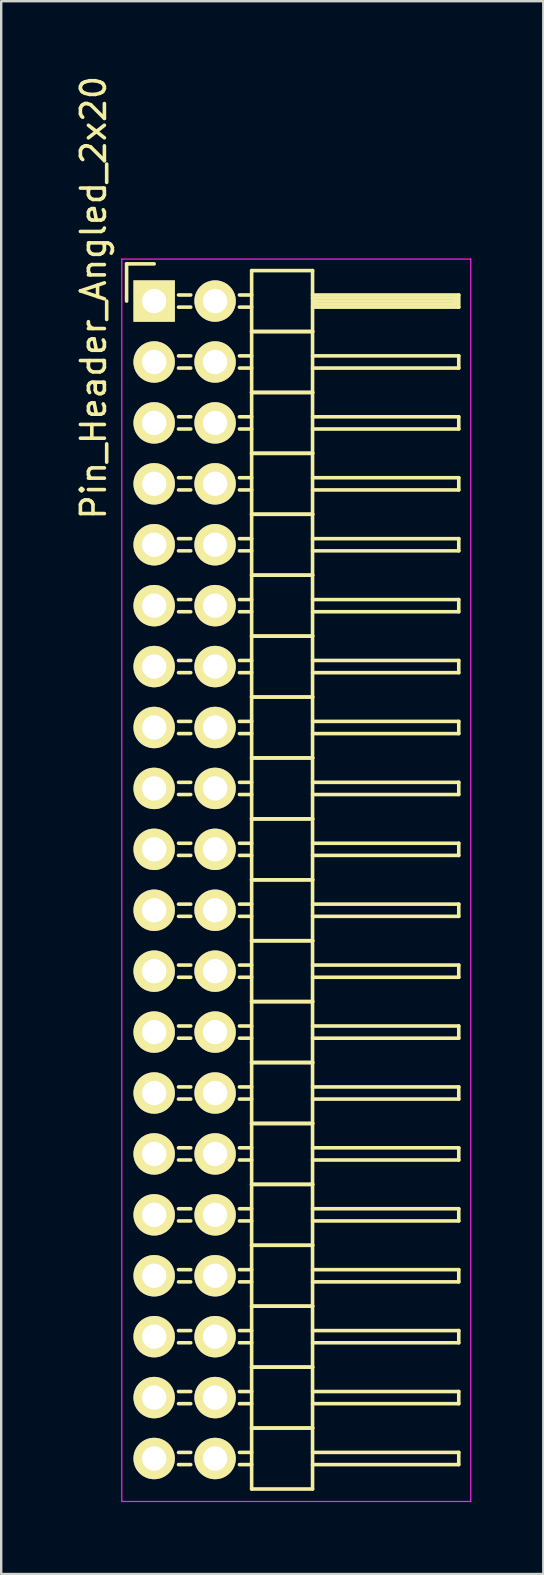
<source format=kicad_pcb>
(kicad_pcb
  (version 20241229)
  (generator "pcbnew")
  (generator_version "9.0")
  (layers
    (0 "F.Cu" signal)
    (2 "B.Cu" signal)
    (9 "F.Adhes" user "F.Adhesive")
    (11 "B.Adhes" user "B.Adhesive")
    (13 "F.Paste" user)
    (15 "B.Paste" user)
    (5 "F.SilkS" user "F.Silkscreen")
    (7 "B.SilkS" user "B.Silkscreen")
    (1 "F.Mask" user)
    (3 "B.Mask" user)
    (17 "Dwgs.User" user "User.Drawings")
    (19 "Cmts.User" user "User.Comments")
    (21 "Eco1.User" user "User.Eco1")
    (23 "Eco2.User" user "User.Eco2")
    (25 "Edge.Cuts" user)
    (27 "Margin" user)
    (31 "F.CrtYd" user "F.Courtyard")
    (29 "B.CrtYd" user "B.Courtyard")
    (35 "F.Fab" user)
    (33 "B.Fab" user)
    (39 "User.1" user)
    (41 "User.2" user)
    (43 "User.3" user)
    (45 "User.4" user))
  (footprint "Pin_Header_Angled_2x20"
    (layer "F.Cu")
    (at 3.378 9.503)
    (property "Reference" "Pin_Header_Angled_2x20" (at -2.53 -0.14 90) (layer "F.SilkS") (effects (font (size 1 1) (thickness 0.15))))
    (attr through_hole)
    (fp_line (start -1.15 -1.55) (end -1.15 0) (stroke (width 0.15) (type solid)) (layer "F.SilkS"))
    (fp_line (start 0 -1.55) (end -1.15 -1.55) (stroke (width 0.15) (type solid)) (layer "F.SilkS"))
    (fp_line (start 1.524 -0.254) (end 1.016 -0.254) (stroke (width 0.15) (type solid)) (layer "F.SilkS"))
    (fp_line (start 1.524 0.254) (end 1.016 0.254) (stroke (width 0.15) (type solid)) (layer "F.SilkS"))
    (fp_line (start 1.524 2.286) (end 1.016 2.286) (stroke (width 0.15) (type solid)) (layer "F.SilkS"))
    (fp_line (start 1.524 2.794) (end 1.016 2.794) (stroke (width 0.15) (type solid)) (layer "F.SilkS"))
    (fp_line (start 1.524 4.826) (end 1.016 4.826) (stroke (width 0.15) (type solid)) (layer "F.SilkS"))
    (fp_line (start 1.524 5.334) (end 1.016 5.334) (stroke (width 0.15) (type solid)) (layer "F.SilkS"))
    (fp_line (start 1.524 7.366) (end 1.016 7.366) (stroke (width 0.15) (type solid)) (layer "F.SilkS"))
    (fp_line (start 1.524 7.874) (end 1.016 7.874) (stroke (width 0.15) (type solid)) (layer "F.SilkS"))
    (fp_line (start 1.524 9.906) (end 1.016 9.906) (stroke (width 0.15) (type solid)) (layer "F.SilkS"))
    (fp_line (start 1.524 10.414) (end 1.016 10.414) (stroke (width 0.15) (type solid)) (layer "F.SilkS"))
    (fp_line (start 1.524 12.446) (end 1.016 12.446) (stroke (width 0.15) (type solid)) (layer "F.SilkS"))
    (fp_line (start 1.524 12.954) (end 1.016 12.954) (stroke (width 0.15) (type solid)) (layer "F.SilkS"))
    (fp_line (start 1.524 14.986) (end 1.016 14.986) (stroke (width 0.15) (type solid)) (layer "F.SilkS"))
    (fp_line (start 1.524 15.494) (end 1.016 15.494) (stroke (width 0.15) (type solid)) (layer "F.SilkS"))
    (fp_line (start 1.524 17.526) (end 1.016 17.526) (stroke (width 0.15) (type solid)) (layer "F.SilkS"))
    (fp_line (start 1.524 18.034) (end 1.016 18.034) (stroke (width 0.15) (type solid)) (layer "F.SilkS"))
    (fp_line (start 1.524 20.066) (end 1.016 20.066) (stroke (width 0.15) (type solid)) (layer "F.SilkS"))
    (fp_line (start 1.524 20.574) (end 1.016 20.574) (stroke (width 0.15) (type solid)) (layer "F.SilkS"))
    (fp_line (start 1.524 22.606) (end 1.016 22.606) (stroke (width 0.15) (type solid)) (layer "F.SilkS"))
    (fp_line (start 1.524 23.114) (end 1.016 23.114) (stroke (width 0.15) (type solid)) (layer "F.SilkS"))
    (fp_line (start 1.524 25.146) (end 1.016 25.146) (stroke (width 0.15) (type solid)) (layer "F.SilkS"))
    (fp_line (start 1.524 25.654) (end 1.016 25.654) (stroke (width 0.15) (type solid)) (layer "F.SilkS"))
    (fp_line (start 1.524 27.686) (end 1.016 27.686) (stroke (width 0.15) (type solid)) (layer "F.SilkS"))
    (fp_line (start 1.524 28.194) (end 1.016 28.194) (stroke (width 0.15) (type solid)) (layer "F.SilkS"))
    (fp_line (start 1.524 30.226) (end 1.016 30.226) (stroke (width 0.15) (type solid)) (layer "F.SilkS"))
    (fp_line (start 1.524 30.734) (end 1.016 30.734) (stroke (width 0.15) (type solid)) (layer "F.SilkS"))
    (fp_line (start 1.524 32.766) (end 1.016 32.766) (stroke (width 0.15) (type solid)) (layer "F.SilkS"))
    (fp_line (start 1.524 33.274) (end 1.016 33.274) (stroke (width 0.15) (type solid)) (layer "F.SilkS"))
    (fp_line (start 1.524 35.306) (end 1.016 35.306) (stroke (width 0.15) (type solid)) (layer "F.SilkS"))
    (fp_line (start 1.524 35.814) (end 1.016 35.814) (stroke (width 0.15) (type solid)) (layer "F.SilkS"))
    (fp_line (start 1.524 37.846) (end 1.016 37.846) (stroke (width 0.15) (type solid)) (layer "F.SilkS"))
    (fp_line (start 1.524 38.354) (end 1.016 38.354) (stroke (width 0.15) (type solid)) (layer "F.SilkS"))
    (fp_line (start 1.524 40.386) (end 1.016 40.386) (stroke (width 0.15) (type solid)) (layer "F.SilkS"))
    (fp_line (start 1.524 40.894) (end 1.016 40.894) (stroke (width 0.15) (type solid)) (layer "F.SilkS"))
    (fp_line (start 1.524 42.926) (end 1.016 42.926) (stroke (width 0.15) (type solid)) (layer "F.SilkS"))
    (fp_line (start 1.524 43.434) (end 1.016 43.434) (stroke (width 0.15) (type solid)) (layer "F.SilkS"))
    (fp_line (start 1.524 45.466) (end 1.016 45.466) (stroke (width 0.15) (type solid)) (layer "F.SilkS"))
    (fp_line (start 1.524 45.974) (end 1.016 45.974) (stroke (width 0.15) (type solid)) (layer "F.SilkS"))
    (fp_line (start 1.524 48.006) (end 1.016 48.006) (stroke (width 0.15) (type solid)) (layer "F.SilkS"))
    (fp_line (start 1.524 48.514) (end 1.016 48.514) (stroke (width 0.15) (type solid)) (layer "F.SilkS"))
    (fp_line (start 4.064 -1.27) (end 4.064 1.27) (stroke (width 0.15) (type solid)) (layer "F.SilkS"))
    (fp_line (start 4.064 -1.27) (end 6.604 -1.27) (stroke (width 0.15) (type solid)) (layer "F.SilkS"))
    (fp_line (start 4.064 -0.254) (end 3.556 -0.254) (stroke (width 0.15) (type solid)) (layer "F.SilkS"))
    (fp_line (start 4.064 0.254) (end 3.556 0.254) (stroke (width 0.15) (type solid)) (layer "F.SilkS"))
    (fp_line (start 4.064 1.27) (end 4.064 3.81) (stroke (width 0.15) (type solid)) (layer "F.SilkS"))
    (fp_line (start 4.064 1.27) (end 6.604 1.27) (stroke (width 0.15) (type solid)) (layer "F.SilkS"))
    (fp_line (start 4.064 1.27) (end 6.604 1.27) (stroke (width 0.15) (type solid)) (layer "F.SilkS"))
    (fp_line (start 4.064 2.286) (end 3.556 2.286) (stroke (width 0.15) (type solid)) (layer "F.SilkS"))
    (fp_line (start 4.064 2.794) (end 3.556 2.794) (stroke (width 0.15) (type solid)) (layer "F.SilkS"))
    (fp_line (start 4.064 3.81) (end 4.064 6.35) (stroke (width 0.15) (type solid)) (layer "F.SilkS"))
    (fp_line (start 4.064 3.81) (end 6.604 3.81) (stroke (width 0.15) (type solid)) (layer "F.SilkS"))
    (fp_line (start 4.064 3.81) (end 6.604 3.81) (stroke (width 0.15) (type solid)) (layer "F.SilkS"))
    (fp_line (start 4.064 4.826) (end 3.556 4.826) (stroke (width 0.15) (type solid)) (layer "F.SilkS"))
    (fp_line (start 4.064 5.334) (end 3.556 5.334) (stroke (width 0.15) (type solid)) (layer "F.SilkS"))
    (fp_line (start 4.064 6.35) (end 4.064 8.89) (stroke (width 0.15) (type solid)) (layer "F.SilkS"))
    (fp_line (start 4.064 6.35) (end 6.604 6.35) (stroke (width 0.15) (type solid)) (layer "F.SilkS"))
    (fp_line (start 4.064 6.35) (end 6.604 6.35) (stroke (width 0.15) (type solid)) (layer "F.SilkS"))
    (fp_line (start 4.064 7.366) (end 3.556 7.366) (stroke (width 0.15) (type solid)) (layer "F.SilkS"))
    (fp_line (start 4.064 7.874) (end 3.556 7.874) (stroke (width 0.15) (type solid)) (layer "F.SilkS"))
    (fp_line (start 4.064 8.89) (end 4.064 11.43) (stroke (width 0.15) (type solid)) (layer "F.SilkS"))
    (fp_line (start 4.064 8.89) (end 6.604 8.89) (stroke (width 0.15) (type solid)) (layer "F.SilkS"))
    (fp_line (start 4.064 8.89) (end 6.604 8.89) (stroke (width 0.15) (type solid)) (layer "F.SilkS"))
    (fp_line (start 4.064 9.906) (end 3.556 9.906) (stroke (width 0.15) (type solid)) (layer "F.SilkS"))
    (fp_line (start 4.064 10.414) (end 3.556 10.414) (stroke (width 0.15) (type solid)) (layer "F.SilkS"))
    (fp_line (start 4.064 11.43) (end 4.064 13.97) (stroke (width 0.15) (type solid)) (layer "F.SilkS"))
    (fp_line (start 4.064 11.43) (end 6.604 11.43) (stroke (width 0.15) (type solid)) (layer "F.SilkS"))
    (fp_line (start 4.064 11.43) (end 6.604 11.43) (stroke (width 0.15) (type solid)) (layer "F.SilkS"))
    (fp_line (start 4.064 12.446) (end 3.556 12.446) (stroke (width 0.15) (type solid)) (layer "F.SilkS"))
    (fp_line (start 4.064 12.954) (end 3.556 12.954) (stroke (width 0.15) (type solid)) (layer "F.SilkS"))
    (fp_line (start 4.064 13.97) (end 4.064 16.51) (stroke (width 0.15) (type solid)) (layer "F.SilkS"))
    (fp_line (start 4.064 13.97) (end 6.604 13.97) (stroke (width 0.15) (type solid)) (layer "F.SilkS"))
    (fp_line (start 4.064 13.97) (end 6.604 13.97) (stroke (width 0.15) (type solid)) (layer "F.SilkS"))
    (fp_line (start 4.064 14.986) (end 3.556 14.986) (stroke (width 0.15) (type solid)) (layer "F.SilkS"))
    (fp_line (start 4.064 15.494) (end 3.556 15.494) (stroke (width 0.15) (type solid)) (layer "F.SilkS"))
    (fp_line (start 4.064 16.51) (end 4.064 19.05) (stroke (width 0.15) (type solid)) (layer "F.SilkS"))
    (fp_line (start 4.064 16.51) (end 6.604 16.51) (stroke (width 0.15) (type solid)) (layer "F.SilkS"))
    (fp_line (start 4.064 16.51) (end 6.604 16.51) (stroke (width 0.15) (type solid)) (layer "F.SilkS"))
    (fp_line (start 4.064 17.526) (end 3.556 17.526) (stroke (width 0.15) (type solid)) (layer "F.SilkS"))
    (fp_line (start 4.064 18.034) (end 3.556 18.034) (stroke (width 0.15) (type solid)) (layer "F.SilkS"))
    (fp_line (start 4.064 19.05) (end 4.064 21.59) (stroke (width 0.15) (type solid)) (layer "F.SilkS"))
    (fp_line (start 4.064 19.05) (end 6.604 19.05) (stroke (width 0.15) (type solid)) (layer "F.SilkS"))
    (fp_line (start 4.064 19.05) (end 6.604 19.05) (stroke (width 0.15) (type solid)) (layer "F.SilkS"))
    (fp_line (start 4.064 20.066) (end 3.556 20.066) (stroke (width 0.15) (type solid)) (layer "F.SilkS"))
    (fp_line (start 4.064 20.574) (end 3.556 20.574) (stroke (width 0.15) (type solid)) (layer "F.SilkS"))
    (fp_line (start 4.064 21.59) (end 4.064 24.13) (stroke (width 0.15) (type solid)) (layer "F.SilkS"))
    (fp_line (start 4.064 21.59) (end 6.604 21.59) (stroke (width 0.15) (type solid)) (layer "F.SilkS"))
    (fp_line (start 4.064 21.59) (end 6.604 21.59) (stroke (width 0.15) (type solid)) (layer "F.SilkS"))
    (fp_line (start 4.064 22.606) (end 3.556 22.606) (stroke (width 0.15) (type solid)) (layer "F.SilkS"))
    (fp_line (start 4.064 23.114) (end 3.556 23.114) (stroke (width 0.15) (type solid)) (layer "F.SilkS"))
    (fp_line (start 4.064 24.13) (end 4.064 26.67) (stroke (width 0.15) (type solid)) (layer "F.SilkS"))
    (fp_line (start 4.064 24.13) (end 6.604 24.13) (stroke (width 0.15) (type solid)) (layer "F.SilkS"))
    (fp_line (start 4.064 24.13) (end 6.604 24.13) (stroke (width 0.15) (type solid)) (layer "F.SilkS"))
    (fp_line (start 4.064 25.146) (end 3.556 25.146) (stroke (width 0.15) (type solid)) (layer "F.SilkS"))
    (fp_line (start 4.064 25.654) (end 3.556 25.654) (stroke (width 0.15) (type solid)) (layer "F.SilkS"))
    (fp_line (start 4.064 26.67) (end 4.064 29.21) (stroke (width 0.15) (type solid)) (layer "F.SilkS"))
    (fp_line (start 4.064 26.67) (end 6.604 26.67) (stroke (width 0.15) (type solid)) (layer "F.SilkS"))
    (fp_line (start 4.064 26.67) (end 6.604 26.67) (stroke (width 0.15) (type solid)) (layer "F.SilkS"))
    (fp_line (start 4.064 27.686) (end 3.556 27.686) (stroke (width 0.15) (type solid)) (layer "F.SilkS"))
    (fp_line (start 4.064 28.194) (end 3.556 28.194) (stroke (width 0.15) (type solid)) (layer "F.SilkS"))
    (fp_line (start 4.064 29.21) (end 4.064 31.75) (stroke (width 0.15) (type solid)) (layer "F.SilkS"))
    (fp_line (start 4.064 29.21) (end 6.604 29.21) (stroke (width 0.15) (type solid)) (layer "F.SilkS"))
    (fp_line (start 4.064 29.21) (end 6.604 29.21) (stroke (width 0.15) (type solid)) (layer "F.SilkS"))
    (fp_line (start 4.064 30.226) (end 3.556 30.226) (stroke (width 0.15) (type solid)) (layer "F.SilkS"))
    (fp_line (start 4.064 30.734) (end 3.556 30.734) (stroke (width 0.15) (type solid)) (layer "F.SilkS"))
    (fp_line (start 4.064 31.75) (end 4.064 34.29) (stroke (width 0.15) (type solid)) (layer "F.SilkS"))
    (fp_line (start 4.064 31.75) (end 6.604 31.75) (stroke (width 0.15) (type solid)) (layer "F.SilkS"))
    (fp_line (start 4.064 31.75) (end 6.604 31.75) (stroke (width 0.15) (type solid)) (layer "F.SilkS"))
    (fp_line (start 4.064 32.766) (end 3.556 32.766) (stroke (width 0.15) (type solid)) (layer "F.SilkS"))
    (fp_line (start 4.064 33.274) (end 3.556 33.274) (stroke (width 0.15) (type solid)) (layer "F.SilkS"))
    (fp_line (start 4.064 34.29) (end 4.064 36.83) (stroke (width 0.15) (type solid)) (layer "F.SilkS"))
    (fp_line (start 4.064 34.29) (end 6.604 34.29) (stroke (width 0.15) (type solid)) (layer "F.SilkS"))
    (fp_line (start 4.064 34.29) (end 6.604 34.29) (stroke (width 0.15) (type solid)) (layer "F.SilkS"))
    (fp_line (start 4.064 35.306) (end 3.556 35.306) (stroke (width 0.15) (type solid)) (layer "F.SilkS"))
    (fp_line (start 4.064 35.814) (end 3.556 35.814) (stroke (width 0.15) (type solid)) (layer "F.SilkS"))
    (fp_line (start 4.064 36.83) (end 4.064 39.37) (stroke (width 0.15) (type solid)) (layer "F.SilkS"))
    (fp_line (start 4.064 36.83) (end 6.604 36.83) (stroke (width 0.15) (type solid)) (layer "F.SilkS"))
    (fp_line (start 4.064 36.83) (end 6.604 36.83) (stroke (width 0.15) (type solid)) (layer "F.SilkS"))
    (fp_line (start 4.064 37.846) (end 3.556 37.846) (stroke (width 0.15) (type solid)) (layer "F.SilkS"))
    (fp_line (start 4.064 38.354) (end 3.556 38.354) (stroke (width 0.15) (type solid)) (layer "F.SilkS"))
    (fp_line (start 4.064 39.37) (end 4.064 41.91) (stroke (width 0.15) (type solid)) (layer "F.SilkS"))
    (fp_line (start 4.064 39.37) (end 6.604 39.37) (stroke (width 0.15) (type solid)) (layer "F.SilkS"))
    (fp_line (start 4.064 39.37) (end 6.604 39.37) (stroke (width 0.15) (type solid)) (layer "F.SilkS"))
    (fp_line (start 4.064 40.386) (end 3.556 40.386) (stroke (width 0.15) (type solid)) (layer "F.SilkS"))
    (fp_line (start 4.064 40.894) (end 3.556 40.894) (stroke (width 0.15) (type solid)) (layer "F.SilkS"))
    (fp_line (start 4.064 41.91) (end 4.064 44.45) (stroke (width 0.15) (type solid)) (layer "F.SilkS"))
    (fp_line (start 4.064 41.91) (end 6.604 41.91) (stroke (width 0.15) (type solid)) (layer "F.SilkS"))
    (fp_line (start 4.064 41.91) (end 6.604 41.91) (stroke (width 0.15) (type solid)) (layer "F.SilkS"))
    (fp_line (start 4.064 42.926) (end 3.556 42.926) (stroke (width 0.15) (type solid)) (layer "F.SilkS"))
    (fp_line (start 4.064 43.434) (end 3.556 43.434) (stroke (width 0.15) (type solid)) (layer "F.SilkS"))
    (fp_line (start 4.064 44.45) (end 4.064 46.99) (stroke (width 0.15) (type solid)) (layer "F.SilkS"))
    (fp_line (start 4.064 44.45) (end 6.604 44.45) (stroke (width 0.15) (type solid)) (layer "F.SilkS"))
    (fp_line (start 4.064 44.45) (end 6.604 44.45) (stroke (width 0.15) (type solid)) (layer "F.SilkS"))
    (fp_line (start 4.064 45.466) (end 3.556 45.466) (stroke (width 0.15) (type solid)) (layer "F.SilkS"))
    (fp_line (start 4.064 45.974) (end 3.556 45.974) (stroke (width 0.15) (type solid)) (layer "F.SilkS"))
    (fp_line (start 4.064 46.99) (end 4.064 49.53) (stroke (width 0.15) (type solid)) (layer "F.SilkS"))
    (fp_line (start 4.064 46.99) (end 6.604 46.99) (stroke (width 0.15) (type solid)) (layer "F.SilkS"))
    (fp_line (start 4.064 46.99) (end 6.604 46.99) (stroke (width 0.15) (type solid)) (layer "F.SilkS"))
    (fp_line (start 4.064 48.006) (end 3.556 48.006) (stroke (width 0.15) (type solid)) (layer "F.SilkS"))
    (fp_line (start 4.064 48.514) (end 3.556 48.514) (stroke (width 0.15) (type solid)) (layer "F.SilkS"))
    (fp_line (start 4.064 49.53) (end 6.604 49.53) (stroke (width 0.15) (type solid)) (layer "F.SilkS"))
    (fp_line (start 6.604 -0.254) (end 12.7 -0.254) (stroke (width 0.15) (type solid)) (layer "F.SilkS"))
    (fp_line (start 6.604 -0.127) (end 12.573 -0.127) (stroke (width 0.15) (type solid)) (layer "F.SilkS"))
    (fp_line (start 6.604 1.27) (end 6.604 -1.27) (stroke (width 0.15) (type solid)) (layer "F.SilkS"))
    (fp_line (start 6.604 2.286) (end 12.7 2.286) (stroke (width 0.15) (type solid)) (layer "F.SilkS"))
    (fp_line (start 6.604 3.81) (end 6.604 1.27) (stroke (width 0.15) (type solid)) (layer "F.SilkS"))
    (fp_line (start 6.604 4.826) (end 12.7 4.826) (stroke (width 0.15) (type solid)) (layer "F.SilkS"))
    (fp_line (start 6.604 6.35) (end 6.604 3.81) (stroke (width 0.15) (type solid)) (layer "F.SilkS"))
    (fp_line (start 6.604 7.366) (end 12.7 7.366) (stroke (width 0.15) (type solid)) (layer "F.SilkS"))
    (fp_line (start 6.604 8.89) (end 6.604 6.35) (stroke (width 0.15) (type solid)) (layer "F.SilkS"))
    (fp_line (start 6.604 9.906) (end 12.7 9.906) (stroke (width 0.15) (type solid)) (layer "F.SilkS"))
    (fp_line (start 6.604 11.43) (end 6.604 8.89) (stroke (width 0.15) (type solid)) (layer "F.SilkS"))
    (fp_line (start 6.604 12.446) (end 12.7 12.446) (stroke (width 0.15) (type solid)) (layer "F.SilkS"))
    (fp_line (start 6.604 13.97) (end 6.604 11.43) (stroke (width 0.15) (type solid)) (layer "F.SilkS"))
    (fp_line (start 6.604 14.986) (end 12.7 14.986) (stroke (width 0.15) (type solid)) (layer "F.SilkS"))
    (fp_line (start 6.604 16.51) (end 6.604 13.97) (stroke (width 0.15) (type solid)) (layer "F.SilkS"))
    (fp_line (start 6.604 17.526) (end 12.7 17.526) (stroke (width 0.15) (type solid)) (layer "F.SilkS"))
    (fp_line (start 6.604 19.05) (end 6.604 16.51) (stroke (width 0.15) (type solid)) (layer "F.SilkS"))
    (fp_line (start 6.604 20.066) (end 12.7 20.066) (stroke (width 0.15) (type solid)) (layer "F.SilkS"))
    (fp_line (start 6.604 21.59) (end 6.604 19.05) (stroke (width 0.15) (type solid)) (layer "F.SilkS"))
    (fp_line (start 6.604 22.606) (end 12.7 22.606) (stroke (width 0.15) (type solid)) (layer "F.SilkS"))
    (fp_line (start 6.604 24.13) (end 6.604 21.59) (stroke (width 0.15) (type solid)) (layer "F.SilkS"))
    (fp_line (start 6.604 25.146) (end 12.7 25.146) (stroke (width 0.15) (type solid)) (layer "F.SilkS"))
    (fp_line (start 6.604 26.67) (end 6.604 24.13) (stroke (width 0.15) (type solid)) (layer "F.SilkS"))
    (fp_line (start 6.604 27.686) (end 12.7 27.686) (stroke (width 0.15) (type solid)) (layer "F.SilkS"))
    (fp_line (start 6.604 29.21) (end 6.604 26.67) (stroke (width 0.15) (type solid)) (layer "F.SilkS"))
    (fp_line (start 6.604 30.226) (end 12.7 30.226) (stroke (width 0.15) (type solid)) (layer "F.SilkS"))
    (fp_line (start 6.604 31.75) (end 6.604 29.21) (stroke (width 0.15) (type solid)) (layer "F.SilkS"))
    (fp_line (start 6.604 32.766) (end 12.7 32.766) (stroke (width 0.15) (type solid)) (layer "F.SilkS"))
    (fp_line (start 6.604 34.29) (end 6.604 31.75) (stroke (width 0.15) (type solid)) (layer "F.SilkS"))
    (fp_line (start 6.604 35.306) (end 12.7 35.306) (stroke (width 0.15) (type solid)) (layer "F.SilkS"))
    (fp_line (start 6.604 36.83) (end 6.604 34.29) (stroke (width 0.15) (type solid)) (layer "F.SilkS"))
    (fp_line (start 6.604 37.846) (end 12.7 37.846) (stroke (width 0.15) (type solid)) (layer "F.SilkS"))
    (fp_line (start 6.604 39.37) (end 6.604 36.83) (stroke (width 0.15) (type solid)) (layer "F.SilkS"))
    (fp_line (start 6.604 40.386) (end 12.7 40.386) (stroke (width 0.15) (type solid)) (layer "F.SilkS"))
    (fp_line (start 6.604 41.91) (end 6.604 39.37) (stroke (width 0.15) (type solid)) (layer "F.SilkS"))
    (fp_line (start 6.604 42.926) (end 12.7 42.926) (stroke (width 0.15) (type solid)) (layer "F.SilkS"))
    (fp_line (start 6.604 44.45) (end 6.604 41.91) (stroke (width 0.15) (type solid)) (layer "F.SilkS"))
    (fp_line (start 6.604 45.466) (end 12.7 45.466) (stroke (width 0.15) (type solid)) (layer "F.SilkS"))
    (fp_line (start 6.604 46.99) (end 6.604 44.45) (stroke (width 0.15) (type solid)) (layer "F.SilkS"))
    (fp_line (start 6.604 48.006) (end 12.7 48.006) (stroke (width 0.15) (type solid)) (layer "F.SilkS"))
    (fp_line (start 6.604 49.53) (end 6.604 46.99) (stroke (width 0.15) (type solid)) (layer "F.SilkS"))
    (fp_line (start 6.731 0) (end 12.573 0) (stroke (width 0.15) (type solid)) (layer "F.SilkS"))
    (fp_line (start 6.731 0.127) (end 6.731 0) (stroke (width 0.15) (type solid)) (layer "F.SilkS"))
    (fp_line (start 12.573 -0.127) (end 12.573 0.127) (stroke (width 0.15) (type solid)) (layer "F.SilkS"))
    (fp_line (start 12.573 0.127) (end 6.731 0.127) (stroke (width 0.15) (type solid)) (layer "F.SilkS"))
    (fp_line (start 12.7 -0.254) (end 12.7 0.254) (stroke (width 0.15) (type solid)) (layer "F.SilkS"))
    (fp_line (start 12.7 0.254) (end 6.604 0.254) (stroke (width 0.15) (type solid)) (layer "F.SilkS"))
    (fp_line (start 12.7 2.286) (end 12.7 2.794) (stroke (width 0.15) (type solid)) (layer "F.SilkS"))
    (fp_line (start 12.7 2.794) (end 6.604 2.794) (stroke (width 0.15) (type solid)) (layer "F.SilkS"))
    (fp_line (start 12.7 4.826) (end 12.7 5.334) (stroke (width 0.15) (type solid)) (layer "F.SilkS"))
    (fp_line (start 12.7 5.334) (end 6.604 5.334) (stroke (width 0.15) (type solid)) (layer "F.SilkS"))
    (fp_line (start 12.7 7.366) (end 12.7 7.874) (stroke (width 0.15) (type solid)) (layer "F.SilkS"))
    (fp_line (start 12.7 7.874) (end 6.604 7.874) (stroke (width 0.15) (type solid)) (layer "F.SilkS"))
    (fp_line (start 12.7 9.906) (end 12.7 10.414) (stroke (width 0.15) (type solid)) (layer "F.SilkS"))
    (fp_line (start 12.7 10.414) (end 6.604 10.414) (stroke (width 0.15) (type solid)) (layer "F.SilkS"))
    (fp_line (start 12.7 12.446) (end 12.7 12.954) (stroke (width 0.15) (type solid)) (layer "F.SilkS"))
    (fp_line (start 12.7 12.954) (end 6.604 12.954) (stroke (width 0.15) (type solid)) (layer "F.SilkS"))
    (fp_line (start 12.7 14.986) (end 12.7 15.494) (stroke (width 0.15) (type solid)) (layer "F.SilkS"))
    (fp_line (start 12.7 15.494) (end 6.604 15.494) (stroke (width 0.15) (type solid)) (layer "F.SilkS"))
    (fp_line (start 12.7 17.526) (end 12.7 18.034) (stroke (width 0.15) (type solid)) (layer "F.SilkS"))
    (fp_line (start 12.7 18.034) (end 6.604 18.034) (stroke (width 0.15) (type solid)) (layer "F.SilkS"))
    (fp_line (start 12.7 20.066) (end 12.7 20.574) (stroke (width 0.15) (type solid)) (layer "F.SilkS"))
    (fp_line (start 12.7 20.574) (end 6.604 20.574) (stroke (width 0.15) (type solid)) (layer "F.SilkS"))
    (fp_line (start 12.7 22.606) (end 12.7 23.114) (stroke (width 0.15) (type solid)) (layer "F.SilkS"))
    (fp_line (start 12.7 23.114) (end 6.604 23.114) (stroke (width 0.15) (type solid)) (layer "F.SilkS"))
    (fp_line (start 12.7 25.146) (end 12.7 25.654) (stroke (width 0.15) (type solid)) (layer "F.SilkS"))
    (fp_line (start 12.7 25.654) (end 6.604 25.654) (stroke (width 0.15) (type solid)) (layer "F.SilkS"))
    (fp_line (start 12.7 27.686) (end 12.7 28.194) (stroke (width 0.15) (type solid)) (layer "F.SilkS"))
    (fp_line (start 12.7 28.194) (end 6.604 28.194) (stroke (width 0.15) (type solid)) (layer "F.SilkS"))
    (fp_line (start 12.7 30.226) (end 12.7 30.734) (stroke (width 0.15) (type solid)) (layer "F.SilkS"))
    (fp_line (start 12.7 30.734) (end 6.604 30.734) (stroke (width 0.15) (type solid)) (layer "F.SilkS"))
    (fp_line (start 12.7 32.766) (end 12.7 33.274) (stroke (width 0.15) (type solid)) (layer "F.SilkS"))
    (fp_line (start 12.7 33.274) (end 6.604 33.274) (stroke (width 0.15) (type solid)) (layer "F.SilkS"))
    (fp_line (start 12.7 35.306) (end 12.7 35.814) (stroke (width 0.15) (type solid)) (layer "F.SilkS"))
    (fp_line (start 12.7 35.814) (end 6.604 35.814) (stroke (width 0.15) (type solid)) (layer "F.SilkS"))
    (fp_line (start 12.7 37.846) (end 12.7 38.354) (stroke (width 0.15) (type solid)) (layer "F.SilkS"))
    (fp_line (start 12.7 38.354) (end 6.604 38.354) (stroke (width 0.15) (type solid)) (layer "F.SilkS"))
    (fp_line (start 12.7 40.386) (end 12.7 40.894) (stroke (width 0.15) (type solid)) (layer "F.SilkS"))
    (fp_line (start 12.7 40.894) (end 6.604 40.894) (stroke (width 0.15) (type solid)) (layer "F.SilkS"))
    (fp_line (start 12.7 42.926) (end 12.7 43.434) (stroke (width 0.15) (type solid)) (layer "F.SilkS"))
    (fp_line (start 12.7 43.434) (end 6.604 43.434) (stroke (width 0.15) (type solid)) (layer "F.SilkS"))
    (fp_line (start 12.7 45.466) (end 12.7 45.974) (stroke (width 0.15) (type solid)) (layer "F.SilkS"))
    (fp_line (start 12.7 45.974) (end 6.604 45.974) (stroke (width 0.15) (type solid)) (layer "F.SilkS"))
    (fp_line (start 12.7 48.006) (end 12.7 48.514) (stroke (width 0.15) (type solid)) (layer "F.SilkS"))
    (fp_line (start 12.7 48.514) (end 6.604 48.514) (stroke (width 0.15) (type solid)) (layer "F.SilkS"))
    (fp_line (start -1.35 -1.75) (end -1.35 50.05) (stroke (width 0.05) (type solid)) (layer "F.CrtYd"))
    (fp_line (start -1.35 -1.75) (end 13.2 -1.75) (stroke (width 0.05) (type solid)) (layer "F.CrtYd"))
    (fp_line (start -1.35 50.05) (end 13.2 50.05) (stroke (width 0.05) (type solid)) (layer "F.CrtYd"))
    (fp_line (start 13.2 -1.75) (end 13.2 50.05) (stroke (width 0.05) (type solid)) (layer "F.CrtYd"))
    (pad "1" thru_hole rect (at 0 0) (size 1.727 1.727) (drill 1.016) (layers "*.Cu" "*.Mask" "F.SilkS"))
    (pad "2" thru_hole oval (at 2.54 0) (size 1.727 1.727) (drill 1.016) (layers "*.Cu" "*.Mask" "F.SilkS"))
    (pad "3" thru_hole oval (at 0 2.54) (size 1.727 1.727) (drill 1.016) (layers "*.Cu" "*.Mask" "F.SilkS"))
    (pad "4" thru_hole oval (at 2.54 2.54) (size 1.727 1.727) (drill 1.016) (layers "*.Cu" "*.Mask" "F.SilkS"))
    (pad "5" thru_hole oval (at 0 5.08) (size 1.727 1.727) (drill 1.016) (layers "*.Cu" "*.Mask" "F.SilkS"))
    (pad "6" thru_hole oval (at 2.54 5.08) (size 1.727 1.727) (drill 1.016) (layers "*.Cu" "*.Mask" "F.SilkS"))
    (pad "7" thru_hole oval (at 0 7.62) (size 1.727 1.727) (drill 1.016) (layers "*.Cu" "*.Mask" "F.SilkS"))
    (pad "8" thru_hole oval (at 2.54 7.62) (size 1.727 1.727) (drill 1.016) (layers "*.Cu" "*.Mask" "F.SilkS"))
    (pad "9" thru_hole oval (at 0 10.16) (size 1.727 1.727) (drill 1.016) (layers "*.Cu" "*.Mask" "F.SilkS"))
    (pad "10" thru_hole oval (at 2.54 10.16) (size 1.727 1.727) (drill 1.016) (layers "*.Cu" "*.Mask" "F.SilkS"))
    (pad "11" thru_hole oval (at 0 12.7) (size 1.727 1.727) (drill 1.016) (layers "*.Cu" "*.Mask" "F.SilkS"))
    (pad "12" thru_hole oval (at 2.54 12.7) (size 1.727 1.727) (drill 1.016) (layers "*.Cu" "*.Mask" "F.SilkS"))
    (pad "13" thru_hole oval (at 0 15.24) (size 1.727 1.727) (drill 1.016) (layers "*.Cu" "*.Mask" "F.SilkS"))
    (pad "14" thru_hole oval (at 2.54 15.24) (size 1.727 1.727) (drill 1.016) (layers "*.Cu" "*.Mask" "F.SilkS"))
    (pad "15" thru_hole oval (at 0 17.78) (size 1.727 1.727) (drill 1.016) (layers "*.Cu" "*.Mask" "F.SilkS"))
    (pad "16" thru_hole oval (at 2.54 17.78) (size 1.727 1.727) (drill 1.016) (layers "*.Cu" "*.Mask" "F.SilkS"))
    (pad "17" thru_hole oval (at 0 20.32) (size 1.727 1.727) (drill 1.016) (layers "*.Cu" "*.Mask" "F.SilkS"))
    (pad "18" thru_hole oval (at 2.54 20.32) (size 1.727 1.727) (drill 1.016) (layers "*.Cu" "*.Mask" "F.SilkS"))
    (pad "19" thru_hole oval (at 0 22.86) (size 1.727 1.727) (drill 1.016) (layers "*.Cu" "*.Mask" "F.SilkS"))
    (pad "20" thru_hole oval (at 2.54 22.86) (size 1.727 1.727) (drill 1.016) (layers "*.Cu" "*.Mask" "F.SilkS"))
    (pad "21" thru_hole oval (at 0 25.4) (size 1.727 1.727) (drill 1.016) (layers "*.Cu" "*.Mask" "F.SilkS"))
    (pad "22" thru_hole oval (at 2.54 25.4) (size 1.727 1.727) (drill 1.016) (layers "*.Cu" "*.Mask" "F.SilkS"))
    (pad "23" thru_hole oval (at 0 27.94) (size 1.727 1.727) (drill 1.016) (layers "*.Cu" "*.Mask" "F.SilkS"))
    (pad "24" thru_hole oval (at 2.54 27.94) (size 1.727 1.727) (drill 1.016) (layers "*.Cu" "*.Mask" "F.SilkS"))
    (pad "25" thru_hole oval (at 0 30.48) (size 1.727 1.727) (drill 1.016) (layers "*.Cu" "*.Mask" "F.SilkS"))
    (pad "26" thru_hole oval (at 2.54 30.48) (size 1.727 1.727) (drill 1.016) (layers "*.Cu" "*.Mask" "F.SilkS"))
    (pad "27" thru_hole oval (at 0 33.02) (size 1.727 1.727) (drill 1.016) (layers "*.Cu" "*.Mask" "F.SilkS"))
    (pad "28" thru_hole oval (at 2.54 33.02) (size 1.727 1.727) (drill 1.016) (layers "*.Cu" "*.Mask" "F.SilkS"))
    (pad "29" thru_hole oval (at 0 35.56) (size 1.727 1.727) (drill 1.016) (layers "*.Cu" "*.Mask" "F.SilkS"))
    (pad "30" thru_hole oval (at 2.54 35.56) (size 1.727 1.727) (drill 1.016) (layers "*.Cu" "*.Mask" "F.SilkS"))
    (pad "31" thru_hole oval (at 0 38.1) (size 1.727 1.727) (drill 1.016) (layers "*.Cu" "*.Mask" "F.SilkS"))
    (pad "32" thru_hole oval (at 2.54 38.1) (size 1.727 1.727) (drill 1.016) (layers "*.Cu" "*.Mask" "F.SilkS"))
    (pad "33" thru_hole oval (at 0 40.64) (size 1.727 1.727) (drill 1.016) (layers "*.Cu" "*.Mask" "F.SilkS"))
    (pad "34" thru_hole oval (at 2.54 40.64) (size 1.727 1.727) (drill 1.016) (layers "*.Cu" "*.Mask" "F.SilkS"))
    (pad "35" thru_hole oval (at 0 43.18) (size 1.727 1.727) (drill 1.016) (layers "*.Cu" "*.Mask" "F.SilkS"))
    (pad "36" thru_hole oval (at 2.54 43.18) (size 1.727 1.727) (drill 1.016) (layers "*.Cu" "*.Mask" "F.SilkS"))
    (pad "37" thru_hole oval (at 0 45.72) (size 1.727 1.727) (drill 1.016) (layers "*.Cu" "*.Mask" "F.SilkS"))
    (pad "38" thru_hole oval (at 2.54 45.72) (size 1.727 1.727) (drill 1.016) (layers "*.Cu" "*.Mask" "F.SilkS"))
    (pad "39" thru_hole oval (at 0 48.26) (size 1.727 1.727) (drill 1.016) (layers "*.Cu" "*.Mask" "F.SilkS"))
    (pad "40" thru_hole oval (at 2.54 48.26) (size 1.727 1.727) (drill 1.016) (layers "*.Cu" "*.Mask" "F.SilkS")))
  (gr_rect
    (start -3 -3)
    (end 19.603 62.578)
    (stroke (width 0.1) (type default))
    (fill no)
    (layer "Edge.Cuts")))
</source>
